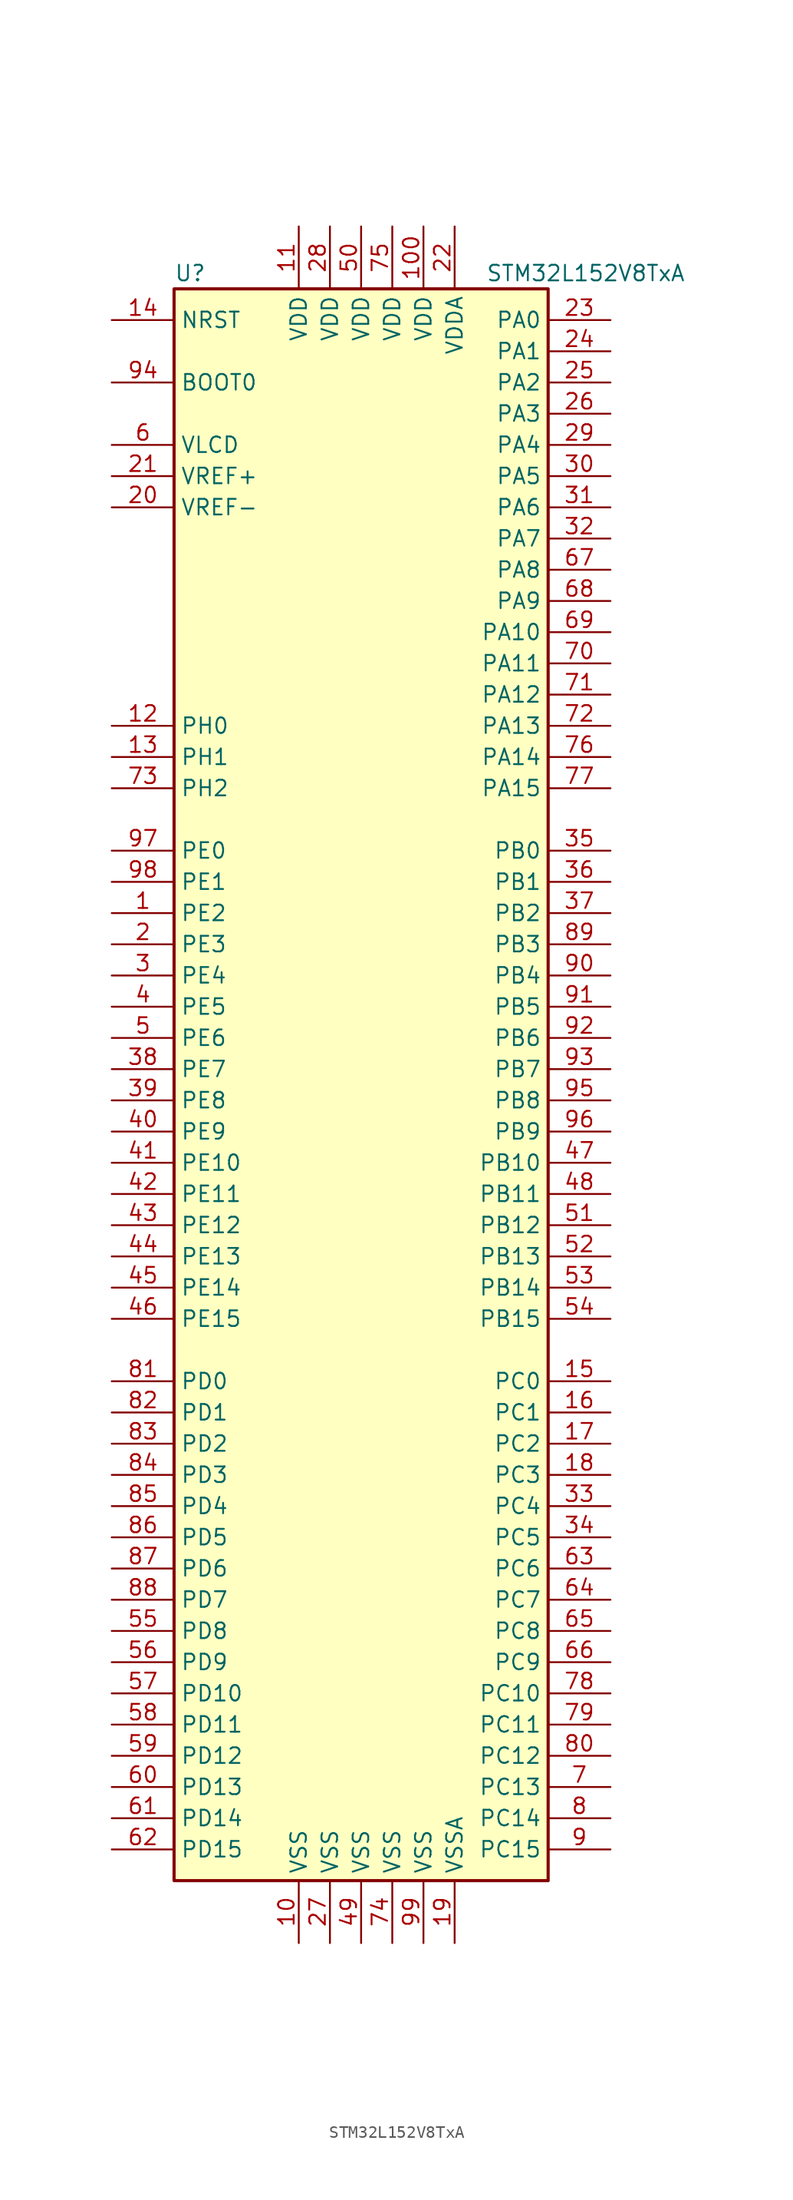
<source format=kicad_sym>
(kicad_symbol_lib
  (version 20201005)
  (generator kicad_symbol_editor)
  (symbol "MCU_ST_STM32L1:STM32L152V8TxA"
    (property "Reference" "U"
      (at -15.24 64.77 0)
      (effects (font (size 1.27 1.27)) (justify left)))
    (property "Value" "STM32L152V8TxA"
      (at 10.16 64.77 0)
      (effects (font (size 1.27 1.27)) (justify left)))
    (symbol "STM32L152V8TxA_0_1"
      (rectangle (start -15.24 -66.04) (end 15.24 63.5) (stroke (width 0.254)) (fill (type background))))
    (symbol "STM32L152V8TxA_1_1"
      (pin input line (at -20.32 55.88 0) (length 5.08) (name "BOOT0" (effects (font (size 1.27 1.27)))) (number "94" (effects (font (size 1.27 1.27)))))
      (pin input line (at -20.32 60.96 0) (length 5.08) (name "NRST" (effects (font (size 1.27 1.27)))) (number "14" (effects (font (size 1.27 1.27)))))
      (pin bidirectional line (at 20.32 60.96 180) (length 5.08) (name "PA0" (effects (font (size 1.27 1.27)))) (number "23" (effects (font (size 1.27 1.27)))))
      (pin bidirectional line (at 20.32 58.42 180) (length 5.08) (name "PA1" (effects (font (size 1.27 1.27)))) (number "24" (effects (font (size 1.27 1.27)))))
      (pin bidirectional line (at 20.32 35.56 180) (length 5.08) (name "PA10" (effects (font (size 1.27 1.27)))) (number "69" (effects (font (size 1.27 1.27)))))
      (pin bidirectional line (at 20.32 33.02 180) (length 5.08) (name "PA11" (effects (font (size 1.27 1.27)))) (number "70" (effects (font (size 1.27 1.27)))))
      (pin bidirectional line (at 20.32 30.48 180) (length 5.08) (name "PA12" (effects (font (size 1.27 1.27)))) (number "71" (effects (font (size 1.27 1.27)))))
      (pin bidirectional line (at 20.32 27.94 180) (length 5.08) (name "PA13" (effects (font (size 1.27 1.27)))) (number "72" (effects (font (size 1.27 1.27)))))
      (pin bidirectional line (at 20.32 25.4 180) (length 5.08) (name "PA14" (effects (font (size 1.27 1.27)))) (number "76" (effects (font (size 1.27 1.27)))))
      (pin bidirectional line (at 20.32 22.86 180) (length 5.08) (name "PA15" (effects (font (size 1.27 1.27)))) (number "77" (effects (font (size 1.27 1.27)))))
      (pin bidirectional line (at 20.32 55.88 180) (length 5.08) (name "PA2" (effects (font (size 1.27 1.27)))) (number "25" (effects (font (size 1.27 1.27)))))
      (pin bidirectional line (at 20.32 53.34 180) (length 5.08) (name "PA3" (effects (font (size 1.27 1.27)))) (number "26" (effects (font (size 1.27 1.27)))))
      (pin bidirectional line (at 20.32 50.8 180) (length 5.08) (name "PA4" (effects (font (size 1.27 1.27)))) (number "29" (effects (font (size 1.27 1.27)))))
      (pin bidirectional line (at 20.32 48.26 180) (length 5.08) (name "PA5" (effects (font (size 1.27 1.27)))) (number "30" (effects (font (size 1.27 1.27)))))
      (pin bidirectional line (at 20.32 45.72 180) (length 5.08) (name "PA6" (effects (font (size 1.27 1.27)))) (number "31" (effects (font (size 1.27 1.27)))))
      (pin bidirectional line (at 20.32 43.18 180) (length 5.08) (name "PA7" (effects (font (size 1.27 1.27)))) (number "32" (effects (font (size 1.27 1.27)))))
      (pin bidirectional line (at 20.32 40.64 180) (length 5.08) (name "PA8" (effects (font (size 1.27 1.27)))) (number "67" (effects (font (size 1.27 1.27)))))
      (pin bidirectional line (at 20.32 38.1 180) (length 5.08) (name "PA9" (effects (font (size 1.27 1.27)))) (number "68" (effects (font (size 1.27 1.27)))))
      (pin bidirectional line (at 20.32 17.78 180) (length 5.08) (name "PB0" (effects (font (size 1.27 1.27)))) (number "35" (effects (font (size 1.27 1.27)))))
      (pin bidirectional line (at 20.32 15.24 180) (length 5.08) (name "PB1" (effects (font (size 1.27 1.27)))) (number "36" (effects (font (size 1.27 1.27)))))
      (pin bidirectional line (at 20.32 -7.62 180) (length 5.08) (name "PB10" (effects (font (size 1.27 1.27)))) (number "47" (effects (font (size 1.27 1.27)))))
      (pin bidirectional line (at 20.32 -10.16 180) (length 5.08) (name "PB11" (effects (font (size 1.27 1.27)))) (number "48" (effects (font (size 1.27 1.27)))))
      (pin bidirectional line (at 20.32 -12.7 180) (length 5.08) (name "PB12" (effects (font (size 1.27 1.27)))) (number "51" (effects (font (size 1.27 1.27)))))
      (pin bidirectional line (at 20.32 -15.24 180) (length 5.08) (name "PB13" (effects (font (size 1.27 1.27)))) (number "52" (effects (font (size 1.27 1.27)))))
      (pin bidirectional line (at 20.32 -17.78 180) (length 5.08) (name "PB14" (effects (font (size 1.27 1.27)))) (number "53" (effects (font (size 1.27 1.27)))))
      (pin bidirectional line (at 20.32 -20.32 180) (length 5.08) (name "PB15" (effects (font (size 1.27 1.27)))) (number "54" (effects (font (size 1.27 1.27)))))
      (pin bidirectional line (at 20.32 12.7 180) (length 5.08) (name "PB2" (effects (font (size 1.27 1.27)))) (number "37" (effects (font (size 1.27 1.27)))))
      (pin bidirectional line (at 20.32 10.16 180) (length 5.08) (name "PB3" (effects (font (size 1.27 1.27)))) (number "89" (effects (font (size 1.27 1.27)))))
      (pin bidirectional line (at 20.32 7.62 180) (length 5.08) (name "PB4" (effects (font (size 1.27 1.27)))) (number "90" (effects (font (size 1.27 1.27)))))
      (pin bidirectional line (at 20.32 5.08 180) (length 5.08) (name "PB5" (effects (font (size 1.27 1.27)))) (number "91" (effects (font (size 1.27 1.27)))))
      (pin bidirectional line (at 20.32 2.54 180) (length 5.08) (name "PB6" (effects (font (size 1.27 1.27)))) (number "92" (effects (font (size 1.27 1.27)))))
      (pin bidirectional line (at 20.32 0 180) (length 5.08) (name "PB7" (effects (font (size 1.27 1.27)))) (number "93" (effects (font (size 1.27 1.27)))))
      (pin bidirectional line (at 20.32 -2.54 180) (length 5.08) (name "PB8" (effects (font (size 1.27 1.27)))) (number "95" (effects (font (size 1.27 1.27)))))
      (pin bidirectional line (at 20.32 -5.08 180) (length 5.08) (name "PB9" (effects (font (size 1.27 1.27)))) (number "96" (effects (font (size 1.27 1.27)))))
      (pin bidirectional line (at 20.32 -25.4 180) (length 5.08) (name "PC0" (effects (font (size 1.27 1.27)))) (number "15" (effects (font (size 1.27 1.27)))))
      (pin bidirectional line (at 20.32 -27.94 180) (length 5.08) (name "PC1" (effects (font (size 1.27 1.27)))) (number "16" (effects (font (size 1.27 1.27)))))
      (pin bidirectional line (at 20.32 -50.8 180) (length 5.08) (name "PC10" (effects (font (size 1.27 1.27)))) (number "78" (effects (font (size 1.27 1.27)))))
      (pin bidirectional line (at 20.32 -53.34 180) (length 5.08) (name "PC11" (effects (font (size 1.27 1.27)))) (number "79" (effects (font (size 1.27 1.27)))))
      (pin bidirectional line (at 20.32 -55.88 180) (length 5.08) (name "PC12" (effects (font (size 1.27 1.27)))) (number "80" (effects (font (size 1.27 1.27)))))
      (pin bidirectional line (at 20.32 -58.42 180) (length 5.08) (name "PC13" (effects (font (size 1.27 1.27)))) (number "7" (effects (font (size 1.27 1.27)))))
      (pin bidirectional line (at 20.32 -60.96 180) (length 5.08) (name "PC14" (effects (font (size 1.27 1.27)))) (number "8" (effects (font (size 1.27 1.27)))))
      (pin bidirectional line (at 20.32 -63.5 180) (length 5.08) (name "PC15" (effects (font (size 1.27 1.27)))) (number "9" (effects (font (size 1.27 1.27)))))
      (pin bidirectional line (at 20.32 -30.48 180) (length 5.08) (name "PC2" (effects (font (size 1.27 1.27)))) (number "17" (effects (font (size 1.27 1.27)))))
      (pin bidirectional line (at 20.32 -33.02 180) (length 5.08) (name "PC3" (effects (font (size 1.27 1.27)))) (number "18" (effects (font (size 1.27 1.27)))))
      (pin bidirectional line (at 20.32 -35.56 180) (length 5.08) (name "PC4" (effects (font (size 1.27 1.27)))) (number "33" (effects (font (size 1.27 1.27)))))
      (pin bidirectional line (at 20.32 -38.1 180) (length 5.08) (name "PC5" (effects (font (size 1.27 1.27)))) (number "34" (effects (font (size 1.27 1.27)))))
      (pin bidirectional line (at 20.32 -40.64 180) (length 5.08) (name "PC6" (effects (font (size 1.27 1.27)))) (number "63" (effects (font (size 1.27 1.27)))))
      (pin bidirectional line (at 20.32 -43.18 180) (length 5.08) (name "PC7" (effects (font (size 1.27 1.27)))) (number "64" (effects (font (size 1.27 1.27)))))
      (pin bidirectional line (at 20.32 -45.72 180) (length 5.08) (name "PC8" (effects (font (size 1.27 1.27)))) (number "65" (effects (font (size 1.27 1.27)))))
      (pin bidirectional line (at 20.32 -48.26 180) (length 5.08) (name "PC9" (effects (font (size 1.27 1.27)))) (number "66" (effects (font (size 1.27 1.27)))))
      (pin bidirectional line (at -20.32 -25.4 0) (length 5.08) (name "PD0" (effects (font (size 1.27 1.27)))) (number "81" (effects (font (size 1.27 1.27)))))
      (pin bidirectional line (at -20.32 -27.94 0) (length 5.08) (name "PD1" (effects (font (size 1.27 1.27)))) (number "82" (effects (font (size 1.27 1.27)))))
      (pin bidirectional line (at -20.32 -50.8 0) (length 5.08) (name "PD10" (effects (font (size 1.27 1.27)))) (number "57" (effects (font (size 1.27 1.27)))))
      (pin bidirectional line (at -20.32 -53.34 0) (length 5.08) (name "PD11" (effects (font (size 1.27 1.27)))) (number "58" (effects (font (size 1.27 1.27)))))
      (pin bidirectional line (at -20.32 -55.88 0) (length 5.08) (name "PD12" (effects (font (size 1.27 1.27)))) (number "59" (effects (font (size 1.27 1.27)))))
      (pin bidirectional line (at -20.32 -58.42 0) (length 5.08) (name "PD13" (effects (font (size 1.27 1.27)))) (number "60" (effects (font (size 1.27 1.27)))))
      (pin bidirectional line (at -20.32 -60.96 0) (length 5.08) (name "PD14" (effects (font (size 1.27 1.27)))) (number "61" (effects (font (size 1.27 1.27)))))
      (pin bidirectional line (at -20.32 -63.5 0) (length 5.08) (name "PD15" (effects (font (size 1.27 1.27)))) (number "62" (effects (font (size 1.27 1.27)))))
      (pin bidirectional line (at -20.32 -30.48 0) (length 5.08) (name "PD2" (effects (font (size 1.27 1.27)))) (number "83" (effects (font (size 1.27 1.27)))))
      (pin bidirectional line (at -20.32 -33.02 0) (length 5.08) (name "PD3" (effects (font (size 1.27 1.27)))) (number "84" (effects (font (size 1.27 1.27)))))
      (pin bidirectional line (at -20.32 -35.56 0) (length 5.08) (name "PD4" (effects (font (size 1.27 1.27)))) (number "85" (effects (font (size 1.27 1.27)))))
      (pin bidirectional line (at -20.32 -38.1 0) (length 5.08) (name "PD5" (effects (font (size 1.27 1.27)))) (number "86" (effects (font (size 1.27 1.27)))))
      (pin bidirectional line (at -20.32 -40.64 0) (length 5.08) (name "PD6" (effects (font (size 1.27 1.27)))) (number "87" (effects (font (size 1.27 1.27)))))
      (pin bidirectional line (at -20.32 -43.18 0) (length 5.08) (name "PD7" (effects (font (size 1.27 1.27)))) (number "88" (effects (font (size 1.27 1.27)))))
      (pin bidirectional line (at -20.32 -45.72 0) (length 5.08) (name "PD8" (effects (font (size 1.27 1.27)))) (number "55" (effects (font (size 1.27 1.27)))))
      (pin bidirectional line (at -20.32 -48.26 0) (length 5.08) (name "PD9" (effects (font (size 1.27 1.27)))) (number "56" (effects (font (size 1.27 1.27)))))
      (pin bidirectional line (at -20.32 17.78 0) (length 5.08) (name "PE0" (effects (font (size 1.27 1.27)))) (number "97" (effects (font (size 1.27 1.27)))))
      (pin bidirectional line (at -20.32 15.24 0) (length 5.08) (name "PE1" (effects (font (size 1.27 1.27)))) (number "98" (effects (font (size 1.27 1.27)))))
      (pin bidirectional line (at -20.32 -7.62 0) (length 5.08) (name "PE10" (effects (font (size 1.27 1.27)))) (number "41" (effects (font (size 1.27 1.27)))))
      (pin bidirectional line (at -20.32 -10.16 0) (length 5.08) (name "PE11" (effects (font (size 1.27 1.27)))) (number "42" (effects (font (size 1.27 1.27)))))
      (pin bidirectional line (at -20.32 -12.7 0) (length 5.08) (name "PE12" (effects (font (size 1.27 1.27)))) (number "43" (effects (font (size 1.27 1.27)))))
      (pin bidirectional line (at -20.32 -15.24 0) (length 5.08) (name "PE13" (effects (font (size 1.27 1.27)))) (number "44" (effects (font (size 1.27 1.27)))))
      (pin bidirectional line (at -20.32 -17.78 0) (length 5.08) (name "PE14" (effects (font (size 1.27 1.27)))) (number "45" (effects (font (size 1.27 1.27)))))
      (pin bidirectional line (at -20.32 -20.32 0) (length 5.08) (name "PE15" (effects (font (size 1.27 1.27)))) (number "46" (effects (font (size 1.27 1.27)))))
      (pin bidirectional line (at -20.32 12.7 0) (length 5.08) (name "PE2" (effects (font (size 1.27 1.27)))) (number "1" (effects (font (size 1.27 1.27)))))
      (pin bidirectional line (at -20.32 10.16 0) (length 5.08) (name "PE3" (effects (font (size 1.27 1.27)))) (number "2" (effects (font (size 1.27 1.27)))))
      (pin bidirectional line (at -20.32 7.62 0) (length 5.08) (name "PE4" (effects (font (size 1.27 1.27)))) (number "3" (effects (font (size 1.27 1.27)))))
      (pin bidirectional line (at -20.32 5.08 0) (length 5.08) (name "PE5" (effects (font (size 1.27 1.27)))) (number "4" (effects (font (size 1.27 1.27)))))
      (pin bidirectional line (at -20.32 2.54 0) (length 5.08) (name "PE6" (effects (font (size 1.27 1.27)))) (number "5" (effects (font (size 1.27 1.27)))))
      (pin bidirectional line (at -20.32 0 0) (length 5.08) (name "PE7" (effects (font (size 1.27 1.27)))) (number "38" (effects (font (size 1.27 1.27)))))
      (pin bidirectional line (at -20.32 -2.54 0) (length 5.08) (name "PE8" (effects (font (size 1.27 1.27)))) (number "39" (effects (font (size 1.27 1.27)))))
      (pin bidirectional line (at -20.32 -5.08 0) (length 5.08) (name "PE9" (effects (font (size 1.27 1.27)))) (number "40" (effects (font (size 1.27 1.27)))))
      (pin input line (at -20.32 27.94 0) (length 5.08) (name "PH0" (effects (font (size 1.27 1.27)))) (number "12" (effects (font (size 1.27 1.27)))))
      (pin input line (at -20.32 25.4 0) (length 5.08) (name "PH1" (effects (font (size 1.27 1.27)))) (number "13" (effects (font (size 1.27 1.27)))))
      (pin bidirectional line (at -20.32 22.86 0) (length 5.08) (name "PH2" (effects (font (size 1.27 1.27)))) (number "73" (effects (font (size 1.27 1.27)))))
      (pin power_in line (at 5.08 68.58 270) (length 5.08) (name "VDD" (effects (font (size 1.27 1.27)))) (number "100" (effects (font (size 1.27 1.27)))))
      (pin power_in line (at -5.08 68.58 270) (length 5.08) (name "VDD" (effects (font (size 1.27 1.27)))) (number "11" (effects (font (size 1.27 1.27)))))
      (pin power_in line (at -2.54 68.58 270) (length 5.08) (name "VDD" (effects (font (size 1.27 1.27)))) (number "28" (effects (font (size 1.27 1.27)))))
      (pin power_in line (at 0 68.58 270) (length 5.08) (name "VDD" (effects (font (size 1.27 1.27)))) (number "50" (effects (font (size 1.27 1.27)))))
      (pin power_in line (at 2.54 68.58 270) (length 5.08) (name "VDD" (effects (font (size 1.27 1.27)))) (number "75" (effects (font (size 1.27 1.27)))))
      (pin power_in line (at 7.62 68.58 270) (length 5.08) (name "VDDA" (effects (font (size 1.27 1.27)))) (number "22" (effects (font (size 1.27 1.27)))))
      (pin power_in line (at -20.32 50.8 0) (length 5.08) (name "VLCD" (effects (font (size 1.27 1.27)))) (number "6" (effects (font (size 1.27 1.27)))))
      (pin power_in line (at -20.32 48.26 0) (length 5.08) (name "VREF+" (effects (font (size 1.27 1.27)))) (number "21" (effects (font (size 1.27 1.27)))))
      (pin power_in line (at -20.32 45.72 0) (length 5.08) (name "VREF-" (effects (font (size 1.27 1.27)))) (number "20" (effects (font (size 1.27 1.27)))))
      (pin power_in line (at -5.08 -71.12 90) (length 5.08) (name "VSS" (effects (font (size 1.27 1.27)))) (number "10" (effects (font (size 1.27 1.27)))))
      (pin power_in line (at -2.54 -71.12 90) (length 5.08) (name "VSS" (effects (font (size 1.27 1.27)))) (number "27" (effects (font (size 1.27 1.27)))))
      (pin power_in line (at 0 -71.12 90) (length 5.08) (name "VSS" (effects (font (size 1.27 1.27)))) (number "49" (effects (font (size 1.27 1.27)))))
      (pin power_in line (at 2.54 -71.12 90) (length 5.08) (name "VSS" (effects (font (size 1.27 1.27)))) (number "74" (effects (font (size 1.27 1.27)))))
      (pin power_in line (at 5.08 -71.12 90) (length 5.08) (name "VSS" (effects (font (size 1.27 1.27)))) (number "99" (effects (font (size 1.27 1.27)))))
      (pin power_in line (at 7.62 -71.12 90) (length 5.08) (name "VSSA" (effects (font (size 1.27 1.27)))) (number "19" (effects (font (size 1.27 1.27))))))))
</source>
